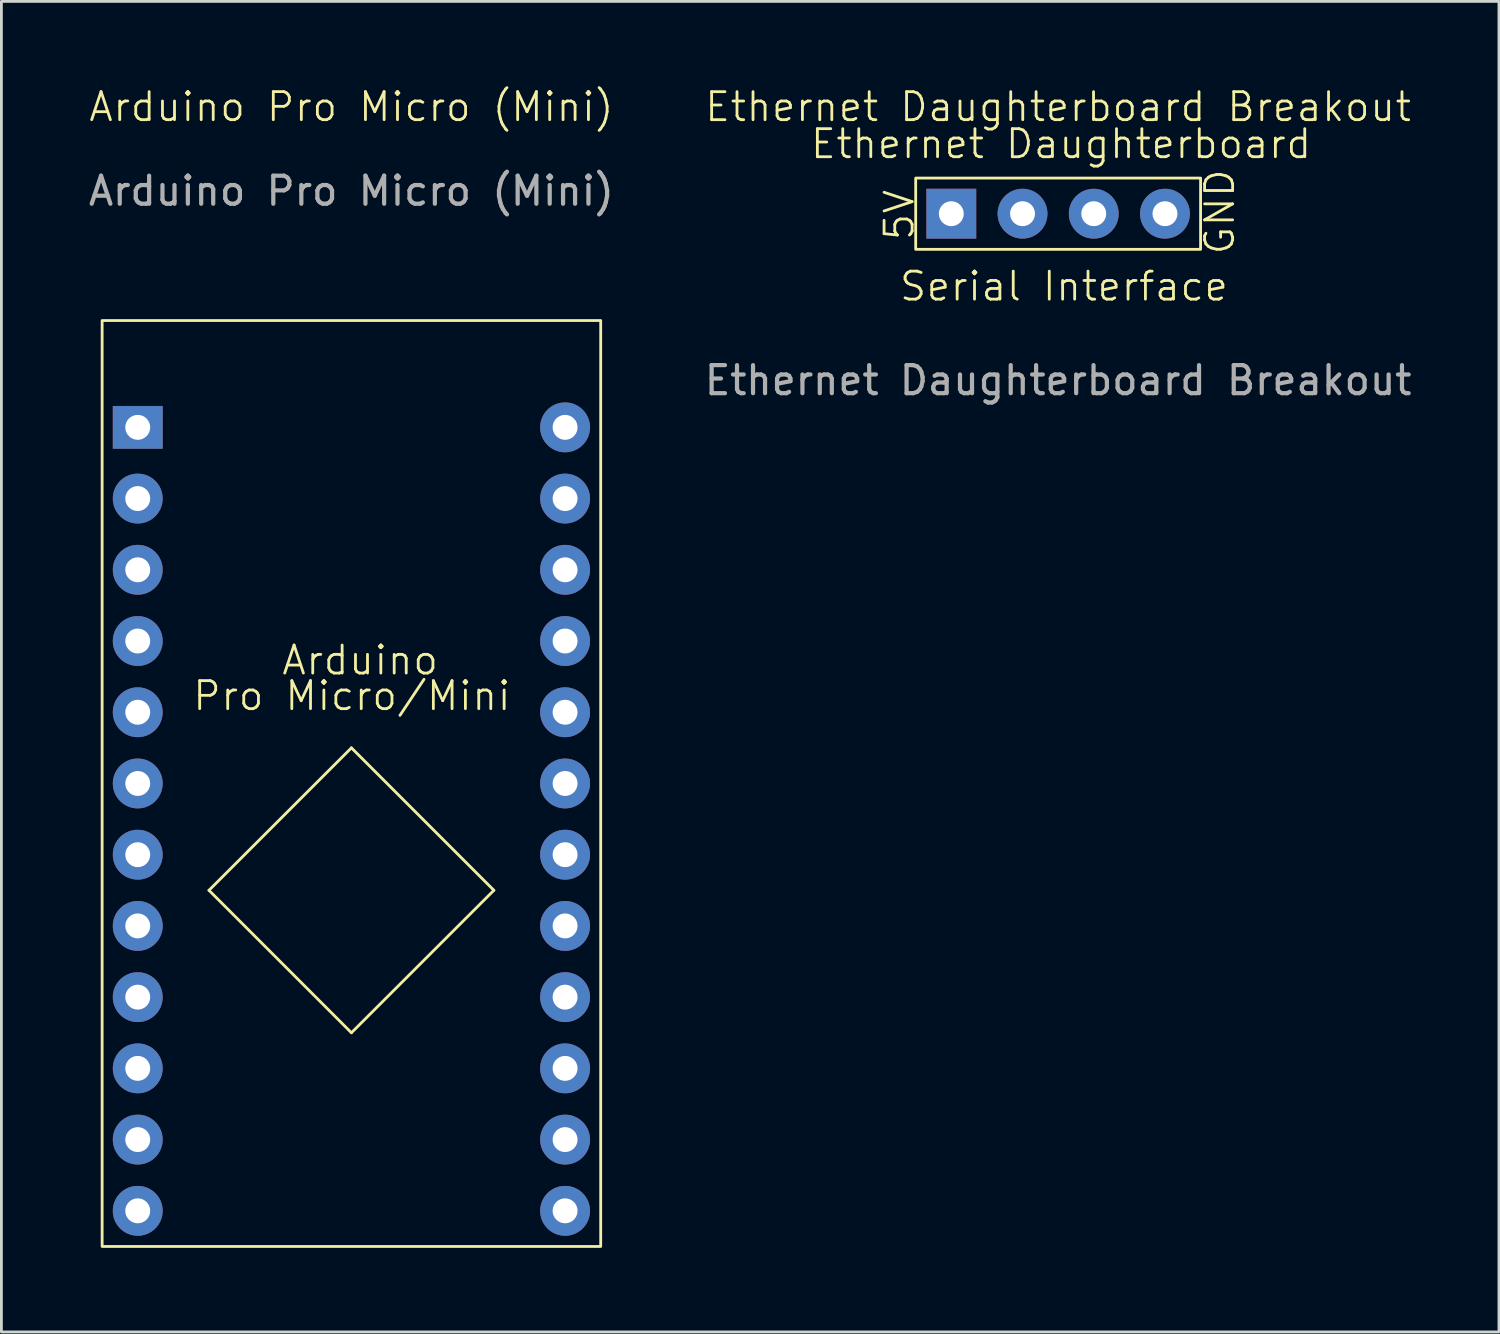
<source format=kicad_pcb>
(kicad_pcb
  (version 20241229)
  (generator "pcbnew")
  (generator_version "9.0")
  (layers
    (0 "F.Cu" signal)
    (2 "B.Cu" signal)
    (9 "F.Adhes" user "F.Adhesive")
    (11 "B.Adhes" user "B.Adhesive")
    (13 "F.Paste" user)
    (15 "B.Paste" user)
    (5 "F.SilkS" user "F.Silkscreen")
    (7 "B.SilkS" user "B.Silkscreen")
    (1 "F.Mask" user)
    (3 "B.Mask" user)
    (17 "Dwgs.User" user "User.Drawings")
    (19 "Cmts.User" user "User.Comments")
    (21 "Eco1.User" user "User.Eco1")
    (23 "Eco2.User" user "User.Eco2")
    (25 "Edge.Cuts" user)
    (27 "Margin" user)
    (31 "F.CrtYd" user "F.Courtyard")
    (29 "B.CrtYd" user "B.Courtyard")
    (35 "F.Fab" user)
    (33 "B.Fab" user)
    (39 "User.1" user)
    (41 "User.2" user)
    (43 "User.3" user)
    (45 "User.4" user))
  (footprint "Arduino Pro Micro (Mini)"
    (layer "F.Cu")
    (at 9.482 23.62)
    (property "Reference" "Arduino Pro Micro (Mini)" (at 0 -22.86 0) (unlocked yes) (layer "F.SilkS") (effects (font (size 1 1) (thickness 0.1))))
    (attr through_hole)
    (fp_line (start -5.08 5.08) (end 0 0) (stroke (width 0.1) (type default)) (layer "F.SilkS"))
    (fp_line (start 0 0) (end 5.08 5.08) (stroke (width 0.1) (type default)) (layer "F.SilkS"))
    (fp_line (start 0 10.16) (end -5.08 5.08) (stroke (width 0.1) (type default)) (layer "F.SilkS"))
    (fp_line (start 5.08 5.08) (end 0 10.16) (stroke (width 0.1) (type default)) (layer "F.SilkS"))
    (fp_rect (start -8.89 -15.24) (end 8.89 17.78) (stroke (width 0.1) (type default)) (fill no) (layer "F.SilkS"))
    (fp_text user "Arduino" (at -2.54 -2.54 0) (unlocked yes) (layer "F.SilkS") (effects (font (size 1 1) (thickness 0.1)) (justify left bottom)))
    (fp_text user "Pro Micro/Mini" (at -5.715 -1.27 0) (unlocked yes) (layer "F.SilkS") (effects (font (size 1 1) (thickness 0.1)) (justify left bottom)))
    (fp_text user "${REFERENCE}" (at 0 -19.86 0) (unlocked yes) (layer "F.Fab") (effects (font (size 1 1) (thickness 0.15))))
    (pad "0" thru_hole rect (at -7.62 -11.43) (size 1.778 1.524) (drill 0.889) (layers "*.Cu" "*.Mask"))
    (pad "1" thru_hole circle (at -7.62 -8.89) (size 1.778 1.778) (drill 0.889) (layers "*.Cu" "*.Mask"))
    (pad "2" thru_hole circle (at -7.62 -6.35) (size 1.778 1.778) (drill 0.889) (layers "*.Cu" "*.Mask"))
    (pad "3" thru_hole circle (at -7.62 -3.81) (size 1.778 1.778) (drill 0.889) (layers "*.Cu" "*.Mask"))
    (pad "4" thru_hole circle (at -7.62 -1.27) (size 1.778 1.778) (drill 0.889) (layers "*.Cu" "*.Mask"))
    (pad "5" thru_hole circle (at -7.62 1.27) (size 1.778 1.778) (drill 0.889) (layers "*.Cu" "*.Mask"))
    (pad "6" thru_hole circle (at -7.62 3.81) (size 1.778 1.778) (drill 0.889) (layers "*.Cu" "*.Mask"))
    (pad "7" thru_hole circle (at -7.62 6.35) (size 1.778 1.778) (drill 0.889) (layers "*.Cu" "*.Mask"))
    (pad "8" thru_hole circle (at -7.62 8.89) (size 1.778 1.778) (drill 0.889) (layers "*.Cu" "*.Mask"))
    (pad "9" thru_hole circle (at -7.62 11.43) (size 1.778 1.778) (drill 0.889) (layers "*.Cu" "*.Mask"))
    (pad "10" thru_hole circle (at -7.62 13.97) (size 1.778 1.778) (drill 0.889) (layers "*.Cu" "*.Mask"))
    (pad "11" thru_hole circle (at -7.62 16.51) (size 1.778 1.778) (drill 0.889) (layers "*.Cu" "*.Mask"))
    (pad "12" thru_hole circle (at 7.62 16.51) (size 1.778 1.778) (drill 0.889) (layers "*.Cu" "*.Mask"))
    (pad "13" thru_hole circle (at 7.62 13.97) (size 1.778 1.778) (drill 0.889) (layers "*.Cu" "*.Mask"))
    (pad "14" thru_hole circle (at 7.62 11.43) (size 1.778 1.778) (drill 0.889) (layers "*.Cu" "*.Mask"))
    (pad "15" thru_hole circle (at 7.62 8.89) (size 1.778 1.778) (drill 0.889) (layers "*.Cu" "*.Mask"))
    (pad "16" thru_hole circle (at 7.62 6.35) (size 1.778 1.778) (drill 0.889) (layers "*.Cu" "*.Mask"))
    (pad "17" thru_hole circle (at 7.62 3.81) (size 1.778 1.778) (drill 0.889) (layers "*.Cu" "*.Mask"))
    (pad "18" thru_hole circle (at 7.62 1.27) (size 1.778 1.778) (drill 0.889) (layers "*.Cu" "*.Mask"))
    (pad "19" thru_hole circle (at 7.62 -1.27) (size 1.778 1.778) (drill 0.889) (layers "*.Cu" "*.Mask"))
    (pad "20" thru_hole circle (at 7.62 -3.81) (size 1.778 1.778) (drill 0.889) (layers "*.Cu" "*.Mask"))
    (pad "21" thru_hole circle (at 7.62 -6.35) (size 1.778 1.778) (drill 0.889) (layers "*.Cu" "*.Mask"))
    (pad "22" thru_hole circle (at 7.62 -8.89) (size 1.778 1.778) (drill 0.889) (layers "*.Cu" "*.Mask"))
    (pad "23" thru_hole circle (at 7.62 -11.43) (size 1.778 1.778) (drill 0.889) (layers "*.Cu" "*.Mask")))
  (footprint "Ethernet Daughterboard Breakout"
    (layer "F.Cu")
    (at 34.685 10.921)
    (property "Reference" "Ethernet Daughterboard Breakout" (at 0 -10.16 0) (unlocked yes) (layer "F.SilkS") (effects (font (size 1 1) (thickness 0.1))))
    (attr through_hole)
    (fp_rect (start -5.08 -7.62) (end 5.08 -5.08) (stroke (width 0.1) (type default)) (fill no) (layer "F.SilkS"))
    (fp_text user "Ethernet Daughterboard" (at -8.89 -8.255 0) (unlocked yes) (layer "F.SilkS") (effects (font (size 1 1) (thickness 0.1)) (justify left bottom)))
    (fp_text user "Serial Interface" (at -5.715 -3.175 0) (unlocked yes) (layer "F.SilkS") (effects (font (size 1 1) (thickness 0.1)) (justify left bottom)))
    (fp_text user "5V" (at -5.08 -5.334 90) (unlocked yes) (layer "F.SilkS") (effects (font (size 1 1) (thickness 0.1)) (justify left bottom)))
    (fp_text user "GND" (at 6.35 -4.826 90) (unlocked yes) (layer "F.SilkS") (effects (font (size 1 1) (thickness 0.1)) (justify left bottom)))
    (fp_text user "${REFERENCE}" (at 0 -0.405 0) (unlocked yes) (layer "F.Fab") (effects (font (size 1 1) (thickness 0.15))))
    (pad "1" thru_hole rect (at -3.81 -6.35) (size 1.778 1.778) (drill 0.889) (layers "*.Cu" "*.Mask"))
    (pad "2" thru_hole circle (at -1.27 -6.35) (size 1.778 1.778) (drill 0.889) (layers "*.Cu" "*.Mask"))
    (pad "3" thru_hole circle (at 1.27 -6.35 90) (size 1.778 1.778) (drill 0.889) (layers "*.Cu" "*.Mask"))
    (pad "4" thru_hole circle (at 3.81 -6.35) (size 1.778 1.778) (drill 0.889) (layers "*.Cu" "*.Mask")))
  (gr_rect
    (start -3 -3)
    (end 50.405 44.45)
    (stroke (width 0.1) (type default))
    (fill no)
    (layer "Edge.Cuts")))
</source>
